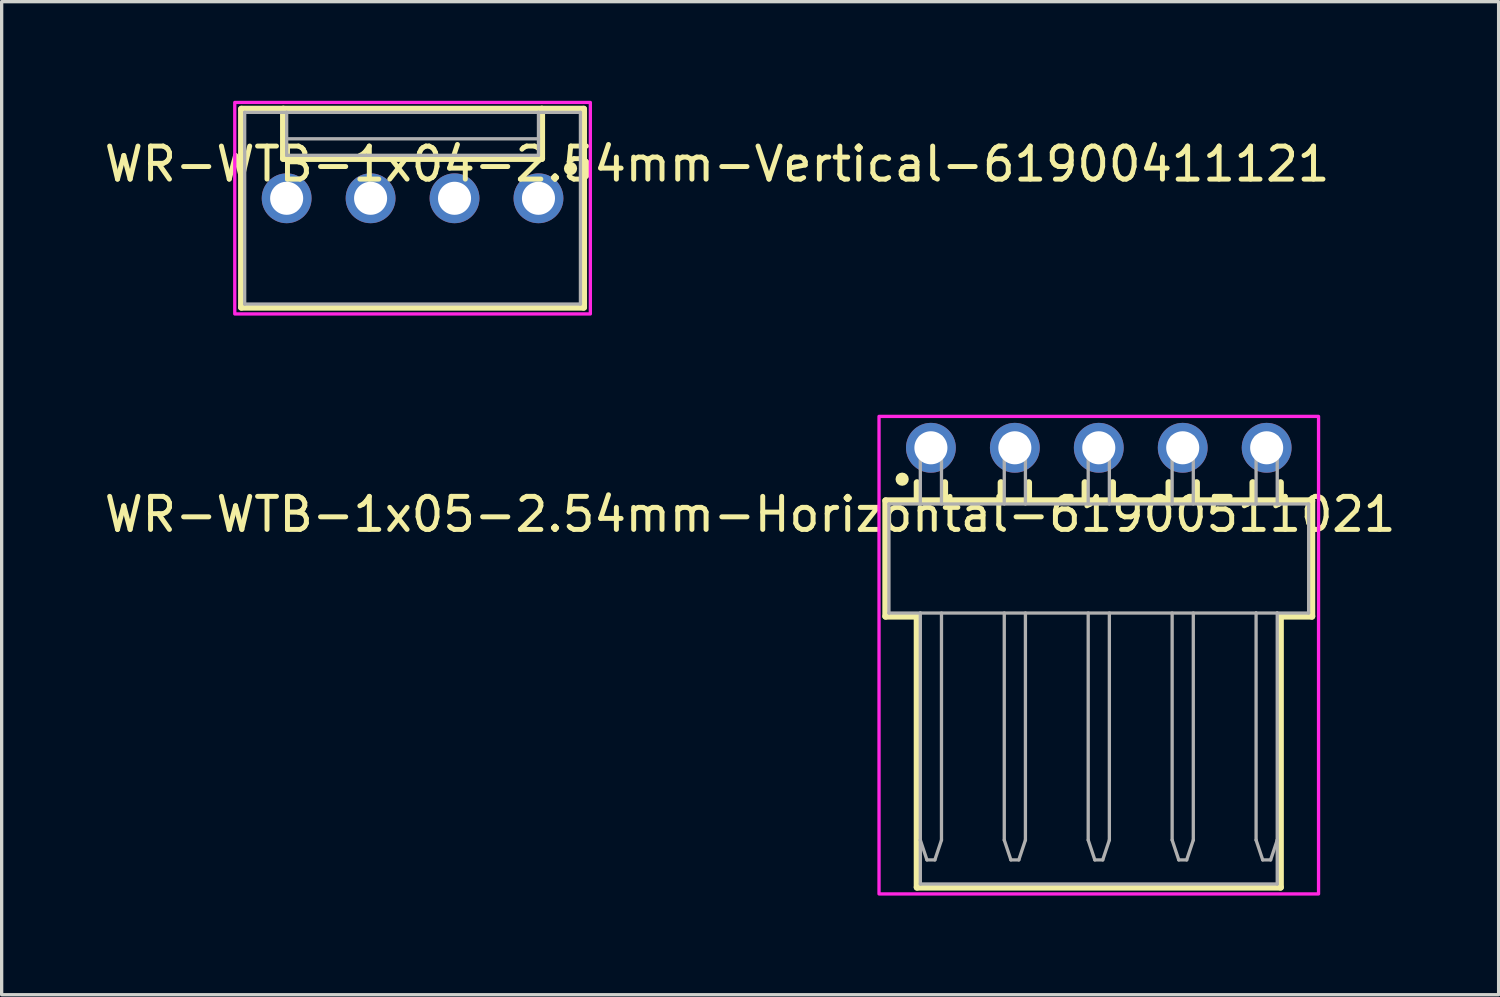
<source format=kicad_pcb>
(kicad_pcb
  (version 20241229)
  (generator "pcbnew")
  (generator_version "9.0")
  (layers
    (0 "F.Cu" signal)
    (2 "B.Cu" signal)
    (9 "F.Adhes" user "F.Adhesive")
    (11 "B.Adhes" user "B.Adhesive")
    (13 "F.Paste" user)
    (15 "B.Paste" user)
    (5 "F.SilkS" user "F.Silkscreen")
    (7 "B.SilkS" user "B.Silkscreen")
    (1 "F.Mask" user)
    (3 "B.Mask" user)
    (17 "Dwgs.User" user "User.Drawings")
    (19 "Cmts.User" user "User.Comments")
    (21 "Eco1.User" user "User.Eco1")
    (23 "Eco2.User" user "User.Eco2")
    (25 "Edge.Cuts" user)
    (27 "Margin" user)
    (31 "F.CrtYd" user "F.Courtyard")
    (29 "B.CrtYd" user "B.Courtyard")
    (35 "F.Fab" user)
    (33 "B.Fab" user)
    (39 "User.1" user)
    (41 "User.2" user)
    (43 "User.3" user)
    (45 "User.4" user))
  (footprint "WR-WTB-1x05-2.54mm-Horizontal-61900511021"
    (layer "F.Cu")
    (at 30.199 13.85)
    (property "Reference" "WR-WTB-1x05-2.54mm-Horizontal-61900511021" (at -10.55 -1.335 0) (layer "F.SilkS") (effects (font (size 1 1) (thickness 0.15))))
    (attr through_hole)
    (fp_line (start -6.45 -1.75) (end -5.5 -1.75) (stroke (width 0.2) (type solid)) (layer "F.SilkS"))
    (fp_line (start -6.45 1.75) (end -6.45 -1.75) (stroke (width 0.2) (type solid)) (layer "F.SilkS"))
    (fp_line (start -5.5 -2.3) (end -5.5 -1.75) (stroke (width 0.2) (type solid)) (layer "F.SilkS"))
    (fp_line (start -5.5 -1.75) (end -4.66 -1.75) (stroke (width 0.2) (type solid)) (layer "F.SilkS"))
    (fp_line (start -5.5 1.75) (end -6.45 1.75) (stroke (width 0.2) (type solid)) (layer "F.SilkS"))
    (fp_line (start -5.5 9.95) (end -5.5 1.75) (stroke (width 0.2) (type solid)) (layer "F.SilkS"))
    (fp_line (start -4.66 -2.3) (end -4.66 -1.75) (stroke (width 0.2) (type solid)) (layer "F.SilkS"))
    (fp_line (start -4.66 -1.75) (end 6.45 -1.75) (stroke (width 0.2) (type solid)) (layer "F.SilkS"))
    (fp_line (start -2.96 -2.3) (end -2.96 -1.75) (stroke (width 0.2) (type solid)) (layer "F.SilkS"))
    (fp_line (start -2.12 -2.3) (end -2.12 -1.75) (stroke (width 0.2) (type solid)) (layer "F.SilkS"))
    (fp_line (start -0.42 -2.3) (end -0.42 -1.75) (stroke (width 0.2) (type solid)) (layer "F.SilkS"))
    (fp_line (start 0.42 -2.3) (end 0.42 -1.75) (stroke (width 0.2) (type solid)) (layer "F.SilkS"))
    (fp_line (start 2.12 -2.3) (end 2.12 -1.75) (stroke (width 0.2) (type solid)) (layer "F.SilkS"))
    (fp_line (start 2.96 -2.3) (end 2.96 -1.75) (stroke (width 0.2) (type solid)) (layer "F.SilkS"))
    (fp_line (start 4.66 -2.3) (end 4.66 -1.75) (stroke (width 0.2) (type solid)) (layer "F.SilkS"))
    (fp_line (start 5.5 -2.3) (end 5.5 -1.75) (stroke (width 0.2) (type solid)) (layer "F.SilkS"))
    (fp_line (start 5.5 1.75) (end 5.5 9.95) (stroke (width 0.2) (type solid)) (layer "F.SilkS"))
    (fp_line (start 5.5 9.95) (end -5.5 9.95) (stroke (width 0.2) (type solid)) (layer "F.SilkS"))
    (fp_line (start 6.45 -1.75) (end 6.45 1.75) (stroke (width 0.2) (type solid)) (layer "F.SilkS"))
    (fp_line (start 6.45 1.75) (end 5.5 1.75) (stroke (width 0.2) (type solid)) (layer "F.SilkS"))
    (fp_circle (center -5.95 -2.4) (end -5.85 -2.4) (stroke (width 0.2) (type solid)) (fill no) (layer "F.SilkS"))
    (fp_poly (pts (xy -6.65 -4.3) (xy 6.65 -4.3) (xy 6.65 10.15) (xy -6.65 10.15)) (stroke (width 0.1) (type solid)) (fill no) (layer "F.CrtYd"))
    (fp_line (start -6.35 -1.65) (end 4.76 -1.65) (stroke (width 0.1) (type solid)) (layer "F.Fab"))
    (fp_line (start -6.35 1.65) (end -6.35 -1.65) (stroke (width 0.1) (type solid)) (layer "F.Fab"))
    (fp_line (start -6.35 1.65) (end -5.4 1.65) (stroke (width 0.1) (type solid)) (layer "F.Fab"))
    (fp_line (start -5.4 -3.67) (end -5.4 -1.65) (stroke (width 0.1) (type solid)) (layer "F.Fab"))
    (fp_line (start -5.4 -3.67) (end -4.76 -3.67) (stroke (width 0.1) (type solid)) (layer "F.Fab"))
    (fp_line (start -5.4 1.65) (end -5.4 8.52) (stroke (width 0.1) (type solid)) (layer "F.Fab"))
    (fp_line (start -5.4 1.65) (end 4.76 1.65) (stroke (width 0.1) (type solid)) (layer "F.Fab"))
    (fp_line (start -5.4 8.52) (end -5.2 9.12) (stroke (width 0.1) (type solid)) (layer "F.Fab"))
    (fp_line (start -5.4 9.85) (end -5.4 8.52) (stroke (width 0.1) (type solid)) (layer "F.Fab"))
    (fp_line (start -5.2 9.12) (end -4.96 9.12) (stroke (width 0.1) (type solid)) (layer "F.Fab"))
    (fp_line (start -4.96 9.12) (end -4.76 8.52) (stroke (width 0.1) (type solid)) (layer "F.Fab"))
    (fp_line (start -4.76 -3.67) (end -4.76 -1.65) (stroke (width 0.1) (type solid)) (layer "F.Fab"))
    (fp_line (start -4.76 8.52) (end -4.76 1.65) (stroke (width 0.1) (type solid)) (layer "F.Fab"))
    (fp_line (start -2.86 -3.67) (end -2.86 -1.65) (stroke (width 0.1) (type solid)) (layer "F.Fab"))
    (fp_line (start -2.86 -3.67) (end -2.22 -3.67) (stroke (width 0.1) (type solid)) (layer "F.Fab"))
    (fp_line (start -2.86 1.65) (end -2.86 8.52) (stroke (width 0.1) (type solid)) (layer "F.Fab"))
    (fp_line (start -2.86 8.52) (end -2.66 9.12) (stroke (width 0.1) (type solid)) (layer "F.Fab"))
    (fp_line (start -2.66 9.12) (end -2.42 9.12) (stroke (width 0.1) (type solid)) (layer "F.Fab"))
    (fp_line (start -2.42 9.12) (end -2.22 8.52) (stroke (width 0.1) (type solid)) (layer "F.Fab"))
    (fp_line (start -2.22 -3.67) (end -2.22 -1.65) (stroke (width 0.1) (type solid)) (layer "F.Fab"))
    (fp_line (start -2.22 8.52) (end -2.22 1.65) (stroke (width 0.1) (type solid)) (layer "F.Fab"))
    (fp_line (start -0.32 -3.67) (end -0.32 -1.65) (stroke (width 0.1) (type solid)) (layer "F.Fab"))
    (fp_line (start -0.32 -3.67) (end 0.32 -3.67) (stroke (width 0.1) (type solid)) (layer "F.Fab"))
    (fp_line (start -0.32 1.65) (end -0.32 8.52) (stroke (width 0.1) (type solid)) (layer "F.Fab"))
    (fp_line (start -0.32 8.52) (end -0.12 9.12) (stroke (width 0.1) (type solid)) (layer "F.Fab"))
    (fp_line (start -0.12 9.12) (end 0.12 9.12) (stroke (width 0.1) (type solid)) (layer "F.Fab"))
    (fp_line (start 0.12 9.12) (end 0.32 8.52) (stroke (width 0.1) (type solid)) (layer "F.Fab"))
    (fp_line (start 0.32 -3.67) (end 0.32 -1.65) (stroke (width 0.1) (type solid)) (layer "F.Fab"))
    (fp_line (start 0.32 8.52) (end 0.32 1.65) (stroke (width 0.1) (type solid)) (layer "F.Fab"))
    (fp_line (start 2.22 -3.67) (end 2.22 -1.65) (stroke (width 0.1) (type solid)) (layer "F.Fab"))
    (fp_line (start 2.22 -3.67) (end 2.86 -3.67) (stroke (width 0.1) (type solid)) (layer "F.Fab"))
    (fp_line (start 2.22 1.65) (end 2.22 8.52) (stroke (width 0.1) (type solid)) (layer "F.Fab"))
    (fp_line (start 2.22 8.52) (end 2.42 9.12) (stroke (width 0.1) (type solid)) (layer "F.Fab"))
    (fp_line (start 2.42 9.12) (end 2.66 9.12) (stroke (width 0.1) (type solid)) (layer "F.Fab"))
    (fp_line (start 2.66 9.12) (end 2.86 8.52) (stroke (width 0.1) (type solid)) (layer "F.Fab"))
    (fp_line (start 2.86 -3.67) (end 2.86 -1.65) (stroke (width 0.1) (type solid)) (layer "F.Fab"))
    (fp_line (start 2.86 8.52) (end 2.86 1.65) (stroke (width 0.1) (type solid)) (layer "F.Fab"))
    (fp_line (start 4.76 -3.67) (end 4.76 -1.65) (stroke (width 0.1) (type solid)) (layer "F.Fab"))
    (fp_line (start 4.76 -3.67) (end 5.4 -3.67) (stroke (width 0.1) (type solid)) (layer "F.Fab"))
    (fp_line (start 4.76 -1.65) (end 5.4 -1.65) (stroke (width 0.1) (type solid)) (layer "F.Fab"))
    (fp_line (start 4.76 1.65) (end 4.76 8.52) (stroke (width 0.1) (type solid)) (layer "F.Fab"))
    (fp_line (start 4.76 1.65) (end 5.4 1.65) (stroke (width 0.1) (type solid)) (layer "F.Fab"))
    (fp_line (start 4.76 8.52) (end 4.96 9.12) (stroke (width 0.1) (type solid)) (layer "F.Fab"))
    (fp_line (start 4.96 9.12) (end 5.2 9.12) (stroke (width 0.1) (type solid)) (layer "F.Fab"))
    (fp_line (start 5.2 9.12) (end 5.4 8.52) (stroke (width 0.1) (type solid)) (layer "F.Fab"))
    (fp_line (start 5.4 -3.67) (end 5.4 -1.65) (stroke (width 0.1) (type solid)) (layer "F.Fab"))
    (fp_line (start 5.4 -1.65) (end 6.35 -1.65) (stroke (width 0.1) (type solid)) (layer "F.Fab"))
    (fp_line (start 5.4 1.65) (end 6.35 1.65) (stroke (width 0.1) (type solid)) (layer "F.Fab"))
    (fp_line (start 5.4 8.52) (end 5.4 1.65) (stroke (width 0.1) (type solid)) (layer "F.Fab"))
    (fp_line (start 5.4 9.85) (end -5.4 9.85) (stroke (width 0.1) (type solid)) (layer "F.Fab"))
    (fp_line (start 5.4 9.85) (end 5.4 8.52) (stroke (width 0.1) (type solid)) (layer "F.Fab"))
    (fp_line (start 6.35 -1.65) (end 6.35 1.65) (stroke (width 0.1) (type solid)) (layer "F.Fab"))
    (pad "1" thru_hole circle (at -5.08 -3.35) (size 1.508 1.508) (drill 1) (layers "*.Cu" "*.Mask"))
    (pad "2" thru_hole circle (at -2.54 -3.35) (size 1.508 1.508) (drill 1) (layers "*.Cu" "*.Mask"))
    (pad "3" thru_hole circle (at 0 -3.35) (size 1.508 1.508) (drill 1) (layers "*.Cu" "*.Mask"))
    (pad "4" thru_hole circle (at 2.54 -3.35) (size 1.508 1.508) (drill 1) (layers "*.Cu" "*.Mask"))
    (pad "5" thru_hole circle (at 5.08 -3.35) (size 1.508 1.508) (drill 1) (layers "*.Cu" "*.Mask")))
  (footprint "WR-WTB-1x04-2.54mm-Vertical-61900411121"
    (layer "F.Cu")
    (at 9.434 3.25)
    (property "Reference" "WR-WTB-1x04-2.54mm-Vertical-61900411121" (at 9.215 -1.335 0) (layer "F.SilkS") (effects (font (size 1 1) (thickness 0.15))))
    (attr through_hole)
    (fp_line (start -5.18 -3) (end -3.91 -3) (stroke (width 0.2) (type solid)) (layer "F.SilkS"))
    (fp_line (start -5.18 3) (end -5.18 -3) (stroke (width 0.2) (type solid)) (layer "F.SilkS"))
    (fp_line (start -3.91 -3) (end -3.91 -1.5) (stroke (width 0.2) (type solid)) (layer "F.SilkS"))
    (fp_line (start -3.91 -3) (end 3.91 -3) (stroke (width 0.2) (type solid)) (layer "F.SilkS"))
    (fp_line (start -3.91 -1.5) (end 3.91 -1.5) (stroke (width 0.2) (type solid)) (layer "F.SilkS"))
    (fp_line (start 3.91 -3) (end 5.18 -3) (stroke (width 0.2) (type solid)) (layer "F.SilkS"))
    (fp_line (start 3.91 -1.5) (end 3.91 -3) (stroke (width 0.2) (type solid)) (layer "F.SilkS"))
    (fp_line (start 5.18 -3) (end 5.18 3) (stroke (width 0.2) (type solid)) (layer "F.SilkS"))
    (fp_line (start 5.18 3) (end -5.18 3) (stroke (width 0.2) (type solid)) (layer "F.SilkS"))
    (fp_circle (center 4.78 -1.2) (end 4.88 -1.2) (stroke (width 0.2) (type solid)) (fill no) (layer "F.SilkS"))
    (fp_poly (pts (xy -5.38 -3.2) (xy 5.38 -3.2) (xy 5.38 3.2) (xy -5.38 3.2)) (stroke (width 0.1) (type solid)) (fill no) (layer "F.CrtYd"))
    (fp_line (start -5.08 -2.9) (end -3.81 -2.9) (stroke (width 0.1) (type solid)) (layer "F.Fab"))
    (fp_line (start -5.08 2.9) (end -5.08 -2.9) (stroke (width 0.1) (type solid)) (layer "F.Fab"))
    (fp_line (start -3.81 -2.9) (end -3.81 -2.1) (stroke (width 0.1) (type solid)) (layer "F.Fab"))
    (fp_line (start -3.81 -2.9) (end 3.81 -2.9) (stroke (width 0.1) (type solid)) (layer "F.Fab"))
    (fp_line (start -3.81 -2.1) (end 3.81 -2.1) (stroke (width 0.1) (type solid)) (layer "F.Fab"))
    (fp_line (start -3.81 -1.6) (end -3.81 -2.1) (stroke (width 0.1) (type solid)) (layer "F.Fab"))
    (fp_line (start 3.81 -2.9) (end 5.08 -2.9) (stroke (width 0.1) (type solid)) (layer "F.Fab"))
    (fp_line (start 3.81 -2.1) (end 3.81 -2.9) (stroke (width 0.1) (type solid)) (layer "F.Fab"))
    (fp_line (start 3.81 -1.6) (end -3.81 -1.6) (stroke (width 0.1) (type solid)) (layer "F.Fab"))
    (fp_line (start 3.81 -1.6) (end 3.81 -2.1) (stroke (width 0.1) (type solid)) (layer "F.Fab"))
    (fp_line (start 5.08 -2.9) (end 5.08 2.9) (stroke (width 0.1) (type solid)) (layer "F.Fab"))
    (fp_line (start 5.08 2.9) (end -5.08 2.9) (stroke (width 0.1) (type solid)) (layer "F.Fab"))
    (pad "1" thru_hole circle (at 3.81 -0.3) (size 1.508 1.508) (drill 1) (layers "*.Cu" "*.Mask"))
    (pad "2" thru_hole circle (at 1.27 -0.3) (size 1.508 1.508) (drill 1) (layers "*.Cu" "*.Mask"))
    (pad "3" thru_hole circle (at -1.27 -0.3) (size 1.508 1.508) (drill 1) (layers "*.Cu" "*.Mask"))
    (pad "4" thru_hole circle (at -3.81 -0.3) (size 1.508 1.508) (drill 1) (layers "*.Cu" "*.Mask")))
  (gr_rect
    (start -3 -3)
    (end 42.298 27.05)
    (stroke (width 0.1) (type default))
    (fill no)
    (layer "Edge.Cuts")))
</source>
